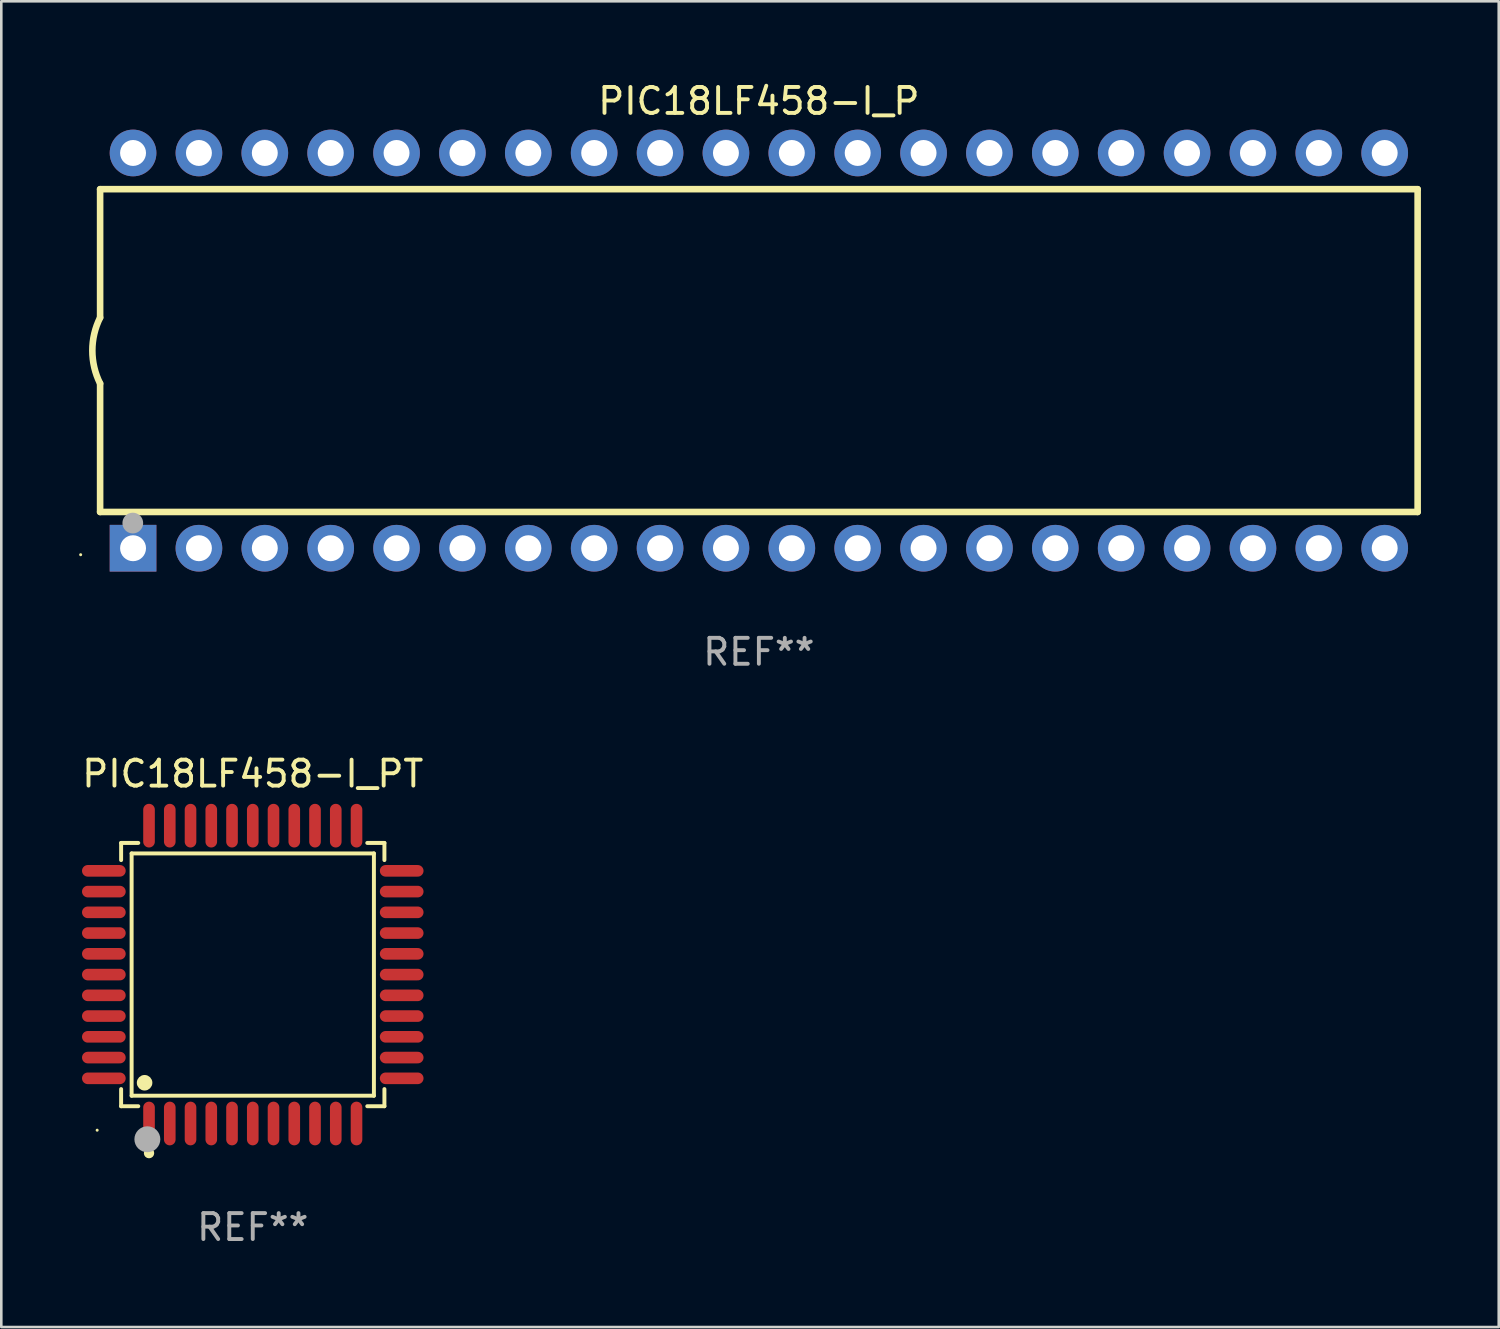
<source format=kicad_pcb>
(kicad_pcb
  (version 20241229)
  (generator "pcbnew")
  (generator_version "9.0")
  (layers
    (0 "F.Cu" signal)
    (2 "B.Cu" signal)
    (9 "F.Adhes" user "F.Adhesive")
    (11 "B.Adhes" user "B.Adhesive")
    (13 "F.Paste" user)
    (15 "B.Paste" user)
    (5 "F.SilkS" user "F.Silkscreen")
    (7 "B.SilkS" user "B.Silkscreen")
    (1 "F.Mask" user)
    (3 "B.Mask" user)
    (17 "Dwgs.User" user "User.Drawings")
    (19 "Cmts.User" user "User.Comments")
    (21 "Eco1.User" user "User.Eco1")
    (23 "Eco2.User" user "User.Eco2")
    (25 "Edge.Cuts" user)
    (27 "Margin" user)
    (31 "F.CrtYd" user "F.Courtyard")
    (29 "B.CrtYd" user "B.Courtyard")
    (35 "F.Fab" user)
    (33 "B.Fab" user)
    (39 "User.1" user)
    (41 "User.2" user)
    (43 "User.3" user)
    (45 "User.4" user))
  (footprint "PIC18LF458-I_P"
    (layer "F.Cu")
    (at 26.21 10.468)
    (property "Reference" "PIC18LF458-I_P" (at 0 -9.62 0) (layer "F.SilkS") (effects (font (size 1 1) (thickness 0.15))))
    (attr through_hole)
    (fp_line (start -25.4 -6.224) (end -25.4 -1.271) (stroke (width 0.254) (type solid)) (layer "F.SilkS"))
    (fp_line (start -25.4 -6.224) (end 25.4 -6.224) (stroke (width 0.254) (type solid)) (layer "F.SilkS"))
    (fp_line (start -25.4 1.269) (end -25.4 6.222) (stroke (width 0.254) (type solid)) (layer "F.SilkS"))
    (fp_line (start -25.4 6.222) (end 25.4 6.222) (stroke (width 0.254) (type solid)) (layer "F.SilkS"))
    (fp_line (start 25.4 6.222) (end 25.4 -6.224) (stroke (width 0.254) (type solid)) (layer "F.SilkS"))
    (fp_arc (start -25.4 1.269241) (mid -25.699807 -0.000762) (end -25.4 -1.270765) (stroke (width 0.254001) (type solid)) (layer "F.SilkS"))
    (fp_circle (center -26.15 7.87) (end -26.12 7.87) (stroke (width 0.06) (type solid)) (fill no) (layer "F.SilkS"))
    (fp_circle (center -24.14 6.65) (end -23.94 6.65) (stroke (width 0.4) (type solid)) (fill no) (layer "F.Fab"))
    (fp_text user "REF**" (at 0 11.62 0) (layer "F.Fab") (effects (font (size 1 1) (thickness 0.15))))
    (pad "1" thru_hole rect (at -24.13 7.62 90) (size 1.8 1.8) (drill 1) (layers "*.Cu" "*.Mask"))
    (pad "2" thru_hole circle (at -21.59 7.62) (size 1.8 1.8) (drill 1) (layers "*.Cu" "*.Mask"))
    (pad "3" thru_hole circle (at -19.05 7.62) (size 1.8 1.8) (drill 1) (layers "*.Cu" "*.Mask"))
    (pad "4" thru_hole circle (at -16.51 7.62) (size 1.8 1.8) (drill 1) (layers "*.Cu" "*.Mask"))
    (pad "5" thru_hole circle (at -13.97 7.62) (size 1.8 1.8) (drill 1) (layers "*.Cu" "*.Mask"))
    (pad "6" thru_hole circle (at -11.43 7.62) (size 1.8 1.8) (drill 1) (layers "*.Cu" "*.Mask"))
    (pad "7" thru_hole circle (at -8.89 7.62) (size 1.8 1.8) (drill 1) (layers "*.Cu" "*.Mask"))
    (pad "8" thru_hole circle (at -6.35 7.62) (size 1.8 1.8) (drill 1) (layers "*.Cu" "*.Mask"))
    (pad "9" thru_hole circle (at -3.81 7.62) (size 1.8 1.8) (drill 1) (layers "*.Cu" "*.Mask"))
    (pad "10" thru_hole circle (at -1.27 7.62) (size 1.8 1.8) (drill 1) (layers "*.Cu" "*.Mask"))
    (pad "11" thru_hole circle (at 1.27 7.62) (size 1.8 1.8) (drill 1) (layers "*.Cu" "*.Mask"))
    (pad "12" thru_hole circle (at 3.81 7.62) (size 1.8 1.8) (drill 1) (layers "*.Cu" "*.Mask"))
    (pad "13" thru_hole circle (at 6.35 7.62) (size 1.8 1.8) (drill 1) (layers "*.Cu" "*.Mask"))
    (pad "14" thru_hole circle (at 8.89 7.62) (size 1.8 1.8) (drill 1) (layers "*.Cu" "*.Mask"))
    (pad "15" thru_hole circle (at 11.43 7.62) (size 1.8 1.8) (drill 1) (layers "*.Cu" "*.Mask"))
    (pad "16" thru_hole circle (at 13.97 7.62) (size 1.8 1.8) (drill 1) (layers "*.Cu" "*.Mask"))
    (pad "17" thru_hole circle (at 16.51 7.62) (size 1.8 1.8) (drill 1) (layers "*.Cu" "*.Mask"))
    (pad "18" thru_hole circle (at 19.05 7.62) (size 1.8 1.8) (drill 1) (layers "*.Cu" "*.Mask"))
    (pad "19" thru_hole circle (at 21.59 7.62) (size 1.8 1.8) (drill 1) (layers "*.Cu" "*.Mask"))
    (pad "20" thru_hole circle (at 24.13 7.62) (size 1.8 1.8) (drill 1) (layers "*.Cu" "*.Mask"))
    (pad "21" thru_hole circle (at 24.13 -7.62) (size 1.8 1.8) (drill 1) (layers "*.Cu" "*.Mask"))
    (pad "22" thru_hole circle (at 21.59 -7.62) (size 1.8 1.8) (drill 1) (layers "*.Cu" "*.Mask"))
    (pad "23" thru_hole circle (at 19.05 -7.62) (size 1.8 1.8) (drill 1) (layers "*.Cu" "*.Mask"))
    (pad "24" thru_hole circle (at 16.51 -7.62) (size 1.8 1.8) (drill 1) (layers "*.Cu" "*.Mask"))
    (pad "25" thru_hole circle (at 13.97 -7.62) (size 1.8 1.8) (drill 1) (layers "*.Cu" "*.Mask"))
    (pad "26" thru_hole circle (at 11.43 -7.62) (size 1.8 1.8) (drill 1) (layers "*.Cu" "*.Mask"))
    (pad "27" thru_hole circle (at 8.89 -7.62) (size 1.8 1.8) (drill 1) (layers "*.Cu" "*.Mask"))
    (pad "28" thru_hole circle (at 6.35 -7.62) (size 1.8 1.8) (drill 1) (layers "*.Cu" "*.Mask"))
    (pad "29" thru_hole circle (at 3.81 -7.62) (size 1.8 1.8) (drill 1) (layers "*.Cu" "*.Mask"))
    (pad "30" thru_hole circle (at 1.27 -7.62) (size 1.8 1.8) (drill 1) (layers "*.Cu" "*.Mask"))
    (pad "31" thru_hole circle (at -1.27 -7.62) (size 1.8 1.8) (drill 1) (layers "*.Cu" "*.Mask"))
    (pad "32" thru_hole circle (at -3.81 -7.62) (size 1.8 1.8) (drill 1) (layers "*.Cu" "*.Mask"))
    (pad "33" thru_hole circle (at -6.35 -7.62) (size 1.8 1.8) (drill 1) (layers "*.Cu" "*.Mask"))
    (pad "34" thru_hole circle (at -8.89 -7.62) (size 1.8 1.8) (drill 1) (layers "*.Cu" "*.Mask"))
    (pad "35" thru_hole circle (at -11.43 -7.62) (size 1.8 1.8) (drill 1) (layers "*.Cu" "*.Mask"))
    (pad "36" thru_hole circle (at -13.97 -7.62) (size 1.8 1.8) (drill 1) (layers "*.Cu" "*.Mask"))
    (pad "37" thru_hole circle (at -16.51 -7.62) (size 1.8 1.8) (drill 1) (layers "*.Cu" "*.Mask"))
    (pad "38" thru_hole circle (at -19.05 -7.62) (size 1.8 1.8) (drill 1) (layers "*.Cu" "*.Mask"))
    (pad "39" thru_hole circle (at -21.59 -7.62) (size 1.8 1.8) (drill 1) (layers "*.Cu" "*.Mask"))
    (pad "40" thru_hole circle (at -24.13 -7.62) (size 1.8 1.8) (drill 1) (layers "*.Cu" "*.Mask")))
  (footprint "PIC18LF458-I_PT"
    (layer "F.Cu")
    (at 6.696 34.527)
    (property "Reference" "PIC18LF458-I_PT" (at 0 -7.742 0) (layer "F.SilkS") (effects (font (size 1 1) (thickness 0.15))))
    (attr through_hole)
    (fp_line (start -5.076 -5.076) (end -4.415 -5.076) (stroke (width 0.152) (type solid)) (layer "F.SilkS"))
    (fp_line (start -5.076 -4.415) (end -5.076 -5.076) (stroke (width 0.152) (type solid)) (layer "F.SilkS"))
    (fp_line (start -5.076 4.415) (end -5.076 5.076) (stroke (width 0.152) (type solid)) (layer "F.SilkS"))
    (fp_line (start -5.076 5.076) (end -4.415 5.076) (stroke (width 0.152) (type solid)) (layer "F.SilkS"))
    (fp_line (start -4.671 -4.671) (end 4.671 -4.671) (stroke (width 0.152) (type solid)) (layer "F.SilkS"))
    (fp_line (start -4.671 4.671) (end -4.671 -4.671) (stroke (width 0.152) (type solid)) (layer "F.SilkS"))
    (fp_line (start 4.671 -4.671) (end 4.671 4.671) (stroke (width 0.152) (type solid)) (layer "F.SilkS"))
    (fp_line (start 4.671 4.671) (end -4.671 4.671) (stroke (width 0.152) (type solid)) (layer "F.SilkS"))
    (fp_line (start 5.076 -5.076) (end 4.415 -5.076) (stroke (width 0.152) (type solid)) (layer "F.SilkS"))
    (fp_line (start 5.076 -4.415) (end 5.076 -5.076) (stroke (width 0.152) (type solid)) (layer "F.SilkS"))
    (fp_line (start 5.076 4.415) (end 5.076 5.076) (stroke (width 0.152) (type solid)) (layer "F.SilkS"))
    (fp_line (start 5.076 5.076) (end 4.415 5.076) (stroke (width 0.152) (type solid)) (layer "F.SilkS"))
    (fp_circle (center -6 6) (end -5.97 6) (stroke (width 0.06) (type solid)) (fill no) (layer "F.SilkS"))
    (fp_circle (center -4.171 4.171) (end -4.021 4.171) (stroke (width 0.3) (type solid)) (fill no) (layer "F.SilkS"))
    (fp_circle (center -4 6.884) (end -3.9 6.884) (stroke (width 0.2) (type solid)) (fill no) (layer "F.SilkS"))
    (fp_circle (center -4.064 6.35) (end -3.814 6.35) (stroke (width 0.5) (type solid)) (fill no) (layer "F.Fab"))
    (fp_text user "REF**" (at 0 9.742 0) (layer "F.Fab") (effects (font (size 1 1) (thickness 0.15))))
    (pad "1" smd oval (at -4 5.742) (size 0.448 1.684) (layers "F.Cu" "F.Mask" "F.Paste"))
    (pad "2" smd oval (at -3.2 5.742) (size 0.448 1.684) (layers "F.Cu" "F.Mask" "F.Paste"))
    (pad "3" smd oval (at -2.4 5.742) (size 0.448 1.684) (layers "F.Cu" "F.Mask" "F.Paste"))
    (pad "4" smd oval (at -1.6 5.742) (size 0.448 1.684) (layers "F.Cu" "F.Mask" "F.Paste"))
    (pad "5" smd oval (at -0.8 5.742) (size 0.448 1.684) (layers "F.Cu" "F.Mask" "F.Paste"))
    (pad "6" smd oval (at 0 5.742) (size 0.448 1.684) (layers "F.Cu" "F.Mask" "F.Paste"))
    (pad "7" smd oval (at 0.8 5.742) (size 0.448 1.684) (layers "F.Cu" "F.Mask" "F.Paste"))
    (pad "8" smd oval (at 1.6 5.742) (size 0.448 1.684) (layers "F.Cu" "F.Mask" "F.Paste"))
    (pad "9" smd oval (at 2.4 5.742) (size 0.448 1.684) (layers "F.Cu" "F.Mask" "F.Paste"))
    (pad "10" smd oval (at 3.2 5.742) (size 0.448 1.684) (layers "F.Cu" "F.Mask" "F.Paste"))
    (pad "11" smd oval (at 4 5.742) (size 0.448 1.684) (layers "F.Cu" "F.Mask" "F.Paste"))
    (pad "12" smd oval (at 5.742 4) (size 1.684 0.448) (layers "F.Cu" "F.Mask" "F.Paste"))
    (pad "13" smd oval (at 5.742 3.2) (size 1.684 0.448) (layers "F.Cu" "F.Mask" "F.Paste"))
    (pad "14" smd oval (at 5.742 2.4) (size 1.684 0.448) (layers "F.Cu" "F.Mask" "F.Paste"))
    (pad "15" smd oval (at 5.742 1.6) (size 1.684 0.448) (layers "F.Cu" "F.Mask" "F.Paste"))
    (pad "16" smd oval (at 5.742 0.8) (size 1.684 0.448) (layers "F.Cu" "F.Mask" "F.Paste"))
    (pad "17" smd oval (at 5.742 0) (size 1.684 0.448) (layers "F.Cu" "F.Mask" "F.Paste"))
    (pad "18" smd oval (at 5.742 -0.8) (size 1.684 0.448) (layers "F.Cu" "F.Mask" "F.Paste"))
    (pad "19" smd oval (at 5.742 -1.6) (size 1.684 0.448) (layers "F.Cu" "F.Mask" "F.Paste"))
    (pad "20" smd oval (at 5.742 -2.4) (size 1.684 0.448) (layers "F.Cu" "F.Mask" "F.Paste"))
    (pad "21" smd oval (at 5.742 -3.2) (size 1.684 0.448) (layers "F.Cu" "F.Mask" "F.Paste"))
    (pad "22" smd oval (at 5.742 -4) (size 1.684 0.448) (layers "F.Cu" "F.Mask" "F.Paste"))
    (pad "23" smd oval (at 4 -5.742) (size 0.448 1.684) (layers "F.Cu" "F.Mask" "F.Paste"))
    (pad "24" smd oval (at 3.2 -5.742) (size 0.448 1.684) (layers "F.Cu" "F.Mask" "F.Paste"))
    (pad "25" smd oval (at 2.4 -5.742) (size 0.448 1.684) (layers "F.Cu" "F.Mask" "F.Paste"))
    (pad "26" smd oval (at 1.6 -5.742) (size 0.448 1.684) (layers "F.Cu" "F.Mask" "F.Paste"))
    (pad "27" smd oval (at 0.8 -5.742) (size 0.448 1.684) (layers "F.Cu" "F.Mask" "F.Paste"))
    (pad "28" smd oval (at 0 -5.742) (size 0.448 1.684) (layers "F.Cu" "F.Mask" "F.Paste"))
    (pad "29" smd oval (at -0.8 -5.742) (size 0.448 1.684) (layers "F.Cu" "F.Mask" "F.Paste"))
    (pad "30" smd oval (at -1.6 -5.742) (size 0.448 1.684) (layers "F.Cu" "F.Mask" "F.Paste"))
    (pad "31" smd oval (at -2.4 -5.742) (size 0.448 1.684) (layers "F.Cu" "F.Mask" "F.Paste"))
    (pad "32" smd oval (at -3.2 -5.742) (size 0.448 1.684) (layers "F.Cu" "F.Mask" "F.Paste"))
    (pad "33" smd oval (at -4 -5.742) (size 0.448 1.684) (layers "F.Cu" "F.Mask" "F.Paste"))
    (pad "34" smd oval (at -5.742 -4) (size 1.684 0.448) (layers "F.Cu" "F.Mask" "F.Paste"))
    (pad "35" smd oval (at -5.742 -3.2) (size 1.684 0.448) (layers "F.Cu" "F.Mask" "F.Paste"))
    (pad "36" smd oval (at -5.742 -2.4) (size 1.684 0.448) (layers "F.Cu" "F.Mask" "F.Paste"))
    (pad "37" smd oval (at -5.742 -1.6) (size 1.684 0.448) (layers "F.Cu" "F.Mask" "F.Paste"))
    (pad "38" smd oval (at -5.742 -0.8) (size 1.684 0.448) (layers "F.Cu" "F.Mask" "F.Paste"))
    (pad "39" smd oval (at -5.742 0) (size 1.684 0.448) (layers "F.Cu" "F.Mask" "F.Paste"))
    (pad "40" smd oval (at -5.742 0.8) (size 1.684 0.448) (layers "F.Cu" "F.Mask" "F.Paste"))
    (pad "41" smd oval (at -5.742 1.6) (size 1.684 0.448) (layers "F.Cu" "F.Mask" "F.Paste"))
    (pad "42" smd oval (at -5.742 2.4) (size 1.684 0.448) (layers "F.Cu" "F.Mask" "F.Paste"))
    (pad "43" smd oval (at -5.742 3.2) (size 1.684 0.448) (layers "F.Cu" "F.Mask" "F.Paste"))
    (pad "44" smd oval (at -5.742 4) (size 1.684 0.448) (layers "F.Cu" "F.Mask" "F.Paste")))
  (gr_rect
    (start -3 -3)
    (end 54.737 48.117)
    (stroke (width 0.1) (type default))
    (fill no)
    (layer "Edge.Cuts")))
</source>
